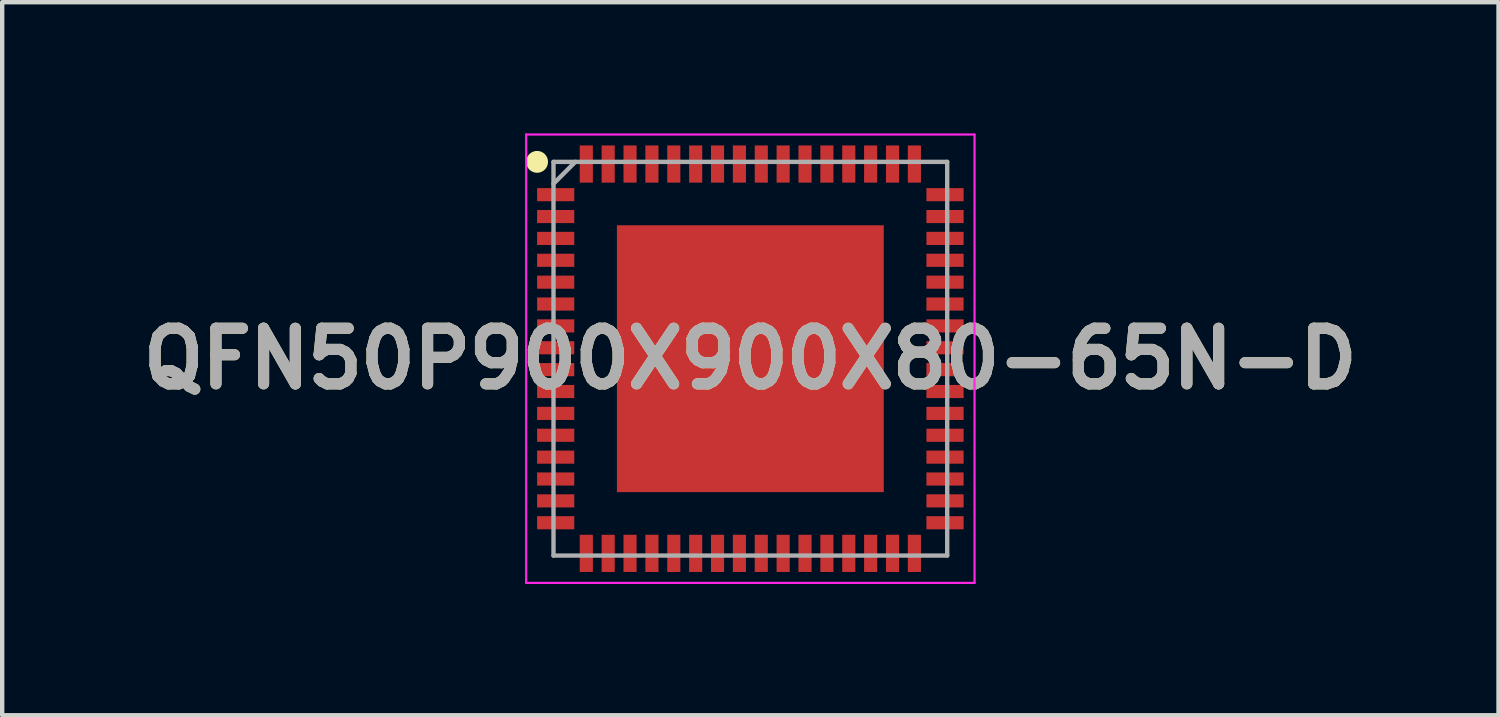
<source format=kicad_pcb>
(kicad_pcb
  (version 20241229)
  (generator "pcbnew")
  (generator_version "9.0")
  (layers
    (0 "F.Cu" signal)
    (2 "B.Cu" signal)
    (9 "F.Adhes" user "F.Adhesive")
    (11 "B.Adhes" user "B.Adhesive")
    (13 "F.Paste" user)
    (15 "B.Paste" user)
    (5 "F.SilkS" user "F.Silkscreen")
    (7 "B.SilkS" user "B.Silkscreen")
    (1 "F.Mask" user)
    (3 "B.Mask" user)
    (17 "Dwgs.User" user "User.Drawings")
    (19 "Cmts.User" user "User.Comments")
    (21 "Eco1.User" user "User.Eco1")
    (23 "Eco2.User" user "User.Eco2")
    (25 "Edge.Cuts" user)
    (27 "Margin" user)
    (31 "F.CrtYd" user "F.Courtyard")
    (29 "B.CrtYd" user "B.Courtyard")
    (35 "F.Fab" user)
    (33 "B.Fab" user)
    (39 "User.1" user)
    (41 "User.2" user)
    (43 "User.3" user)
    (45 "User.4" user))
  (footprint "QFN50P900X900X80-65N-D"
    (layer "F.Cu")
    (at 14.103 5.15)
    (property "Reference" "QFN50P900X900X80-65N-D" (at 0 0 0) (layer "F.SilkS") (effects (font (size 1.27 1.27) (thickness 0.254))))
    (attr smd)
    (fp_circle (center -4.875 -4.5) (end -4.875 -4.375) (stroke (width 0.25) (type solid)) (fill no) (layer "F.SilkS"))
    (fp_line (start -5.125 -5.125) (end 5.125 -5.125) (stroke (width 0.05) (type solid)) (layer "F.CrtYd"))
    (fp_line (start -5.125 5.125) (end -5.125 -5.125) (stroke (width 0.05) (type solid)) (layer "F.CrtYd"))
    (fp_line (start 5.125 -5.125) (end 5.125 5.125) (stroke (width 0.05) (type solid)) (layer "F.CrtYd"))
    (fp_line (start 5.125 5.125) (end -5.125 5.125) (stroke (width 0.05) (type solid)) (layer "F.CrtYd"))
    (fp_line (start -4.5 -4.5) (end 4.5 -4.5) (stroke (width 0.1) (type solid)) (layer "F.Fab"))
    (fp_line (start -4.5 -4) (end -4 -4.5) (stroke (width 0.1) (type solid)) (layer "F.Fab"))
    (fp_line (start -4.5 4.5) (end -4.5 -4.5) (stroke (width 0.1) (type solid)) (layer "F.Fab"))
    (fp_line (start 4.5 -4.5) (end 4.5 4.5) (stroke (width 0.1) (type solid)) (layer "F.Fab"))
    (fp_line (start 4.5 4.5) (end -4.5 4.5) (stroke (width 0.1) (type solid)) (layer "F.Fab"))
    (fp_text user "${REFERENCE}" (at 0 0 0) (layer "F.Fab") (effects (font (size 1.27 1.27) (thickness 0.254))))
    (pad "1" smd rect (at -4.45 -3.75 90) (size 0.3 0.85) (layers "F.Cu" "F.Mask" "F.Paste"))
    (pad "2" smd rect (at -4.45 -3.25 90) (size 0.3 0.85) (layers "F.Cu" "F.Mask" "F.Paste"))
    (pad "3" smd rect (at -4.45 -2.75 90) (size 0.3 0.85) (layers "F.Cu" "F.Mask" "F.Paste"))
    (pad "4" smd rect (at -4.45 -2.25 90) (size 0.3 0.85) (layers "F.Cu" "F.Mask" "F.Paste"))
    (pad "5" smd rect (at -4.45 -1.75 90) (size 0.3 0.85) (layers "F.Cu" "F.Mask" "F.Paste"))
    (pad "6" smd rect (at -4.45 -1.25 90) (size 0.3 0.85) (layers "F.Cu" "F.Mask" "F.Paste"))
    (pad "7" smd rect (at -4.45 -0.75 90) (size 0.3 0.85) (layers "F.Cu" "F.Mask" "F.Paste"))
    (pad "8" smd rect (at -4.45 -0.25 90) (size 0.3 0.85) (layers "F.Cu" "F.Mask" "F.Paste"))
    (pad "9" smd rect (at -4.45 0.25 90) (size 0.3 0.85) (layers "F.Cu" "F.Mask" "F.Paste"))
    (pad "10" smd rect (at -4.45 0.75 90) (size 0.3 0.85) (layers "F.Cu" "F.Mask" "F.Paste"))
    (pad "11" smd rect (at -4.45 1.25 90) (size 0.3 0.85) (layers "F.Cu" "F.Mask" "F.Paste"))
    (pad "12" smd rect (at -4.45 1.75 90) (size 0.3 0.85) (layers "F.Cu" "F.Mask" "F.Paste"))
    (pad "13" smd rect (at -4.45 2.25 90) (size 0.3 0.85) (layers "F.Cu" "F.Mask" "F.Paste"))
    (pad "14" smd rect (at -4.45 2.75 90) (size 0.3 0.85) (layers "F.Cu" "F.Mask" "F.Paste"))
    (pad "15" smd rect (at -4.45 3.25 90) (size 0.3 0.85) (layers "F.Cu" "F.Mask" "F.Paste"))
    (pad "16" smd rect (at -4.45 3.75 90) (size 0.3 0.85) (layers "F.Cu" "F.Mask" "F.Paste"))
    (pad "17" smd rect (at -3.75 4.45) (size 0.3 0.85) (layers "F.Cu" "F.Mask" "F.Paste"))
    (pad "18" smd rect (at -3.25 4.45) (size 0.3 0.85) (layers "F.Cu" "F.Mask" "F.Paste"))
    (pad "19" smd rect (at -2.75 4.45) (size 0.3 0.85) (layers "F.Cu" "F.Mask" "F.Paste"))
    (pad "20" smd rect (at -2.25 4.45) (size 0.3 0.85) (layers "F.Cu" "F.Mask" "F.Paste"))
    (pad "21" smd rect (at -1.75 4.45) (size 0.3 0.85) (layers "F.Cu" "F.Mask" "F.Paste"))
    (pad "22" smd rect (at -1.25 4.45) (size 0.3 0.85) (layers "F.Cu" "F.Mask" "F.Paste"))
    (pad "23" smd rect (at -0.75 4.45) (size 0.3 0.85) (layers "F.Cu" "F.Mask" "F.Paste"))
    (pad "24" smd rect (at -0.25 4.45) (size 0.3 0.85) (layers "F.Cu" "F.Mask" "F.Paste"))
    (pad "25" smd rect (at 0.25 4.45) (size 0.3 0.85) (layers "F.Cu" "F.Mask" "F.Paste"))
    (pad "26" smd rect (at 0.75 4.45) (size 0.3 0.85) (layers "F.Cu" "F.Mask" "F.Paste"))
    (pad "27" smd rect (at 1.25 4.45) (size 0.3 0.85) (layers "F.Cu" "F.Mask" "F.Paste"))
    (pad "28" smd rect (at 1.75 4.45) (size 0.3 0.85) (layers "F.Cu" "F.Mask" "F.Paste"))
    (pad "29" smd rect (at 2.25 4.45) (size 0.3 0.85) (layers "F.Cu" "F.Mask" "F.Paste"))
    (pad "30" smd rect (at 2.75 4.45) (size 0.3 0.85) (layers "F.Cu" "F.Mask" "F.Paste"))
    (pad "31" smd rect (at 3.25 4.45) (size 0.3 0.85) (layers "F.Cu" "F.Mask" "F.Paste"))
    (pad "32" smd rect (at 3.75 4.45) (size 0.3 0.85) (layers "F.Cu" "F.Mask" "F.Paste"))
    (pad "33" smd rect (at 4.45 3.75 90) (size 0.3 0.85) (layers "F.Cu" "F.Mask" "F.Paste"))
    (pad "34" smd rect (at 4.45 3.25 90) (size 0.3 0.85) (layers "F.Cu" "F.Mask" "F.Paste"))
    (pad "35" smd rect (at 4.45 2.75 90) (size 0.3 0.85) (layers "F.Cu" "F.Mask" "F.Paste"))
    (pad "36" smd rect (at 4.45 2.25 90) (size 0.3 0.85) (layers "F.Cu" "F.Mask" "F.Paste"))
    (pad "37" smd rect (at 4.45 1.75 90) (size 0.3 0.85) (layers "F.Cu" "F.Mask" "F.Paste"))
    (pad "38" smd rect (at 4.45 1.25 90) (size 0.3 0.85) (layers "F.Cu" "F.Mask" "F.Paste"))
    (pad "39" smd rect (at 4.45 0.75 90) (size 0.3 0.85) (layers "F.Cu" "F.Mask" "F.Paste"))
    (pad "40" smd rect (at 4.45 0.25 90) (size 0.3 0.85) (layers "F.Cu" "F.Mask" "F.Paste"))
    (pad "41" smd rect (at 4.45 -0.25 90) (size 0.3 0.85) (layers "F.Cu" "F.Mask" "F.Paste"))
    (pad "42" smd rect (at 4.45 -0.75 90) (size 0.3 0.85) (layers "F.Cu" "F.Mask" "F.Paste"))
    (pad "43" smd rect (at 4.45 -1.25 90) (size 0.3 0.85) (layers "F.Cu" "F.Mask" "F.Paste"))
    (pad "44" smd rect (at 4.45 -1.75 90) (size 0.3 0.85) (layers "F.Cu" "F.Mask" "F.Paste"))
    (pad "45" smd rect (at 4.45 -2.25 90) (size 0.3 0.85) (layers "F.Cu" "F.Mask" "F.Paste"))
    (pad "46" smd rect (at 4.45 -2.75 90) (size 0.3 0.85) (layers "F.Cu" "F.Mask" "F.Paste"))
    (pad "47" smd rect (at 4.45 -3.25 90) (size 0.3 0.85) (layers "F.Cu" "F.Mask" "F.Paste"))
    (pad "48" smd rect (at 4.45 -3.75 90) (size 0.3 0.85) (layers "F.Cu" "F.Mask" "F.Paste"))
    (pad "49" smd rect (at 3.75 -4.45) (size 0.3 0.85) (layers "F.Cu" "F.Mask" "F.Paste"))
    (pad "50" smd rect (at 3.25 -4.45) (size 0.3 0.85) (layers "F.Cu" "F.Mask" "F.Paste"))
    (pad "51" smd rect (at 2.75 -4.45) (size 0.3 0.85) (layers "F.Cu" "F.Mask" "F.Paste"))
    (pad "52" smd rect (at 2.25 -4.45) (size 0.3 0.85) (layers "F.Cu" "F.Mask" "F.Paste"))
    (pad "53" smd rect (at 1.75 -4.45) (size 0.3 0.85) (layers "F.Cu" "F.Mask" "F.Paste"))
    (pad "54" smd rect (at 1.25 -4.45) (size 0.3 0.85) (layers "F.Cu" "F.Mask" "F.Paste"))
    (pad "55" smd rect (at 0.75 -4.45) (size 0.3 0.85) (layers "F.Cu" "F.Mask" "F.Paste"))
    (pad "56" smd rect (at 0.25 -4.45) (size 0.3 0.85) (layers "F.Cu" "F.Mask" "F.Paste"))
    (pad "57" smd rect (at -0.25 -4.45) (size 0.3 0.85) (layers "F.Cu" "F.Mask" "F.Paste"))
    (pad "58" smd rect (at -0.75 -4.45) (size 0.3 0.85) (layers "F.Cu" "F.Mask" "F.Paste"))
    (pad "59" smd rect (at -1.25 -4.45) (size 0.3 0.85) (layers "F.Cu" "F.Mask" "F.Paste"))
    (pad "60" smd rect (at -1.75 -4.45) (size 0.3 0.85) (layers "F.Cu" "F.Mask" "F.Paste"))
    (pad "61" smd rect (at -2.25 -4.45) (size 0.3 0.85) (layers "F.Cu" "F.Mask" "F.Paste"))
    (pad "62" smd rect (at -2.75 -4.45) (size 0.3 0.85) (layers "F.Cu" "F.Mask" "F.Paste"))
    (pad "63" smd rect (at -3.25 -4.45) (size 0.3 0.85) (layers "F.Cu" "F.Mask" "F.Paste"))
    (pad "64" smd rect (at -3.75 -4.45) (size 0.3 0.85) (layers "F.Cu" "F.Mask" "F.Paste"))
    (pad "65" smd rect (at 0 0) (size 6.1 6.1) (layers "F.Cu" "F.Mask" "F.Paste")))
  (gr_rect
    (start -3 -3)
    (end 31.206 13.3)
    (stroke (width 0.1) (type default))
    (fill no)
    (layer "Edge.Cuts")))
</source>
